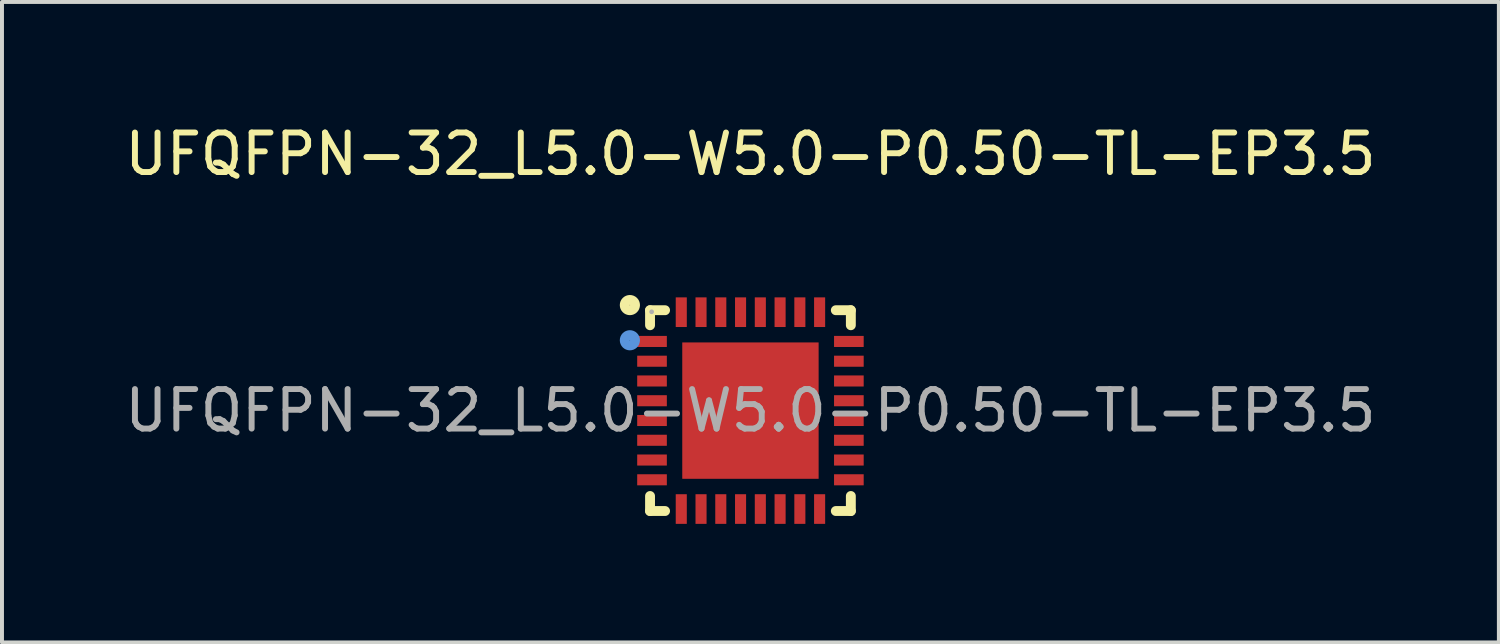
<source format=kicad_pcb>
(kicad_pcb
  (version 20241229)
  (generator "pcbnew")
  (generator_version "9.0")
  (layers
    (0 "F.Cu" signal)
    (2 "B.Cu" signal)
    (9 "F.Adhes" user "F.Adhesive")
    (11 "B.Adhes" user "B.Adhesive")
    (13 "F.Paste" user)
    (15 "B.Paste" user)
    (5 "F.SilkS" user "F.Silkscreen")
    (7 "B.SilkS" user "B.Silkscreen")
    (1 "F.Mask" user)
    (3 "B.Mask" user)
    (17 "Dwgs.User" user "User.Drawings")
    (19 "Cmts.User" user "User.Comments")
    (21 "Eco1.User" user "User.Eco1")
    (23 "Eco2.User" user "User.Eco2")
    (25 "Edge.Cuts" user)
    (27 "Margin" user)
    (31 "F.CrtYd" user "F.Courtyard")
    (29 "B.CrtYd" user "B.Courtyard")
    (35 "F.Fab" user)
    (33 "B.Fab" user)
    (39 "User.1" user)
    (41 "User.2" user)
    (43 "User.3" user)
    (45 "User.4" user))
  (footprint "UFQFPN-32_L5.0-W5.0-P0.50-TL-EP3.5"
    (layer "F.Cu")
    (at 15.935 7.338)
    (property "Reference" "UFQFPN-32_L5.0-W5.0-P0.50-TL-EP3.5" (at 0 -6.49 0) (layer "F.SilkS") (effects (font (size 1 1) (thickness 0.15))))
    (attr smd)
    (fp_line (start -2.54 -2.54) (end -2.16 -2.54) (stroke (width 0.25) (type solid)) (layer "F.SilkS"))
    (fp_line (start -2.54 -2.16) (end -2.54 -2.54) (stroke (width 0.25) (type solid)) (layer "F.SilkS"))
    (fp_line (start -2.54 2.54) (end -2.54 2.16) (stroke (width 0.25) (type solid)) (layer "F.SilkS"))
    (fp_line (start -2.16 2.54) (end -2.54 2.54) (stroke (width 0.25) (type solid)) (layer "F.SilkS"))
    (fp_line (start 2.16 -2.54) (end 2.54 -2.54) (stroke (width 0.25) (type solid)) (layer "F.SilkS"))
    (fp_line (start 2.54 -2.54) (end 2.54 -2.16) (stroke (width 0.25) (type solid)) (layer "F.SilkS"))
    (fp_line (start 2.54 2.16) (end 2.54 2.54) (stroke (width 0.25) (type solid)) (layer "F.SilkS"))
    (fp_line (start 2.54 2.54) (end 2.16 2.54) (stroke (width 0.25) (type solid)) (layer "F.SilkS"))
    (fp_circle (center -3.05 -2.67) (end -2.92 -2.67) (stroke (width 0.25) (type solid)) (fill no) (layer "F.SilkS"))
    (fp_circle (center -3.05 -1.78) (end -2.92 -1.78) (stroke (width 0.25) (type solid)) (fill no) (layer "Cmts.User"))
    (fp_circle (center -2.5 -2.5) (end -2.47 -2.5) (stroke (width 0.06) (type solid)) (fill no) (layer "F.Fab"))
    (fp_text user "${REFERENCE}" (at 0 0 0) (layer "F.Fab") (effects (font (size 1 1) (thickness 0.15))))
    (pad "1" smd rect (at -2.49 -1.75) (size 0.75 0.28) (layers "F.Cu" "F.Mask" "F.Paste"))
    (pad "2" smd rect (at -2.49 -1.25) (size 0.75 0.28) (layers "F.Cu" "F.Mask" "F.Paste"))
    (pad "3" smd rect (at -2.49 -0.75) (size 0.75 0.28) (layers "F.Cu" "F.Mask" "F.Paste"))
    (pad "4" smd rect (at -2.49 -0.25) (size 0.75 0.28) (layers "F.Cu" "F.Mask" "F.Paste"))
    (pad "5" smd rect (at -2.49 0.25) (size 0.75 0.28) (layers "F.Cu" "F.Mask" "F.Paste"))
    (pad "6" smd rect (at -2.49 0.75) (size 0.75 0.28) (layers "F.Cu" "F.Mask" "F.Paste"))
    (pad "7" smd rect (at -2.49 1.25) (size 0.75 0.28) (layers "F.Cu" "F.Mask" "F.Paste"))
    (pad "8" smd rect (at -2.49 1.75) (size 0.75 0.28) (layers "F.Cu" "F.Mask" "F.Paste"))
    (pad "9" smd rect (at -1.75 2.49) (size 0.28 0.75) (layers "F.Cu" "F.Mask" "F.Paste"))
    (pad "10" smd rect (at -1.25 2.49) (size 0.28 0.75) (layers "F.Cu" "F.Mask" "F.Paste"))
    (pad "11" smd rect (at -0.75 2.49) (size 0.28 0.75) (layers "F.Cu" "F.Mask" "F.Paste"))
    (pad "12" smd rect (at -0.25 2.49) (size 0.28 0.75) (layers "F.Cu" "F.Mask" "F.Paste"))
    (pad "13" smd rect (at 0.25 2.49) (size 0.28 0.75) (layers "F.Cu" "F.Mask" "F.Paste"))
    (pad "14" smd rect (at 0.75 2.49) (size 0.28 0.75) (layers "F.Cu" "F.Mask" "F.Paste"))
    (pad "15" smd rect (at 1.25 2.49) (size 0.28 0.75) (layers "F.Cu" "F.Mask" "F.Paste"))
    (pad "16" smd rect (at 1.75 2.49) (size 0.28 0.75) (layers "F.Cu" "F.Mask" "F.Paste"))
    (pad "17" smd rect (at 2.49 1.75) (size 0.75 0.28) (layers "F.Cu" "F.Mask" "F.Paste"))
    (pad "18" smd rect (at 2.49 1.25) (size 0.75 0.28) (layers "F.Cu" "F.Mask" "F.Paste"))
    (pad "19" smd rect (at 2.49 0.75) (size 0.75 0.28) (layers "F.Cu" "F.Mask" "F.Paste"))
    (pad "20" smd rect (at 2.49 0.25) (size 0.75 0.28) (layers "F.Cu" "F.Mask" "F.Paste"))
    (pad "21" smd rect (at 2.49 -0.25) (size 0.75 0.28) (layers "F.Cu" "F.Mask" "F.Paste"))
    (pad "22" smd rect (at 2.49 -0.75) (size 0.75 0.28) (layers "F.Cu" "F.Mask" "F.Paste"))
    (pad "23" smd rect (at 2.49 -1.25) (size 0.75 0.28) (layers "F.Cu" "F.Mask" "F.Paste"))
    (pad "24" smd rect (at 2.49 -1.75) (size 0.75 0.28) (layers "F.Cu" "F.Mask" "F.Paste"))
    (pad "25" smd rect (at 1.75 -2.49) (size 0.28 0.75) (layers "F.Cu" "F.Mask" "F.Paste"))
    (pad "26" smd rect (at 1.25 -2.49) (size 0.28 0.75) (layers "F.Cu" "F.Mask" "F.Paste"))
    (pad "27" smd rect (at 0.75 -2.49) (size 0.28 0.75) (layers "F.Cu" "F.Mask" "F.Paste"))
    (pad "28" smd rect (at 0.25 -2.49) (size 0.28 0.75) (layers "F.Cu" "F.Mask" "F.Paste"))
    (pad "29" smd rect (at -0.25 -2.49) (size 0.28 0.75) (layers "F.Cu" "F.Mask" "F.Paste"))
    (pad "30" smd rect (at -0.75 -2.49) (size 0.28 0.75) (layers "F.Cu" "F.Mask" "F.Paste"))
    (pad "31" smd rect (at -1.25 -2.49) (size 0.28 0.75) (layers "F.Cu" "F.Mask" "F.Paste"))
    (pad "32" smd rect (at -1.75 -2.49) (size 0.28 0.75) (layers "F.Cu" "F.Mask" "F.Paste"))
    (pad "33" smd rect (at 0 0) (size 3.45 3.45) (layers "F.Cu" "F.Mask" "F.Paste")))
  (gr_rect
    (start -3 -3)
    (end 34.869 13.203)
    (stroke (width 0.1) (type default))
    (fill no)
    (layer "Edge.Cuts")))
</source>
